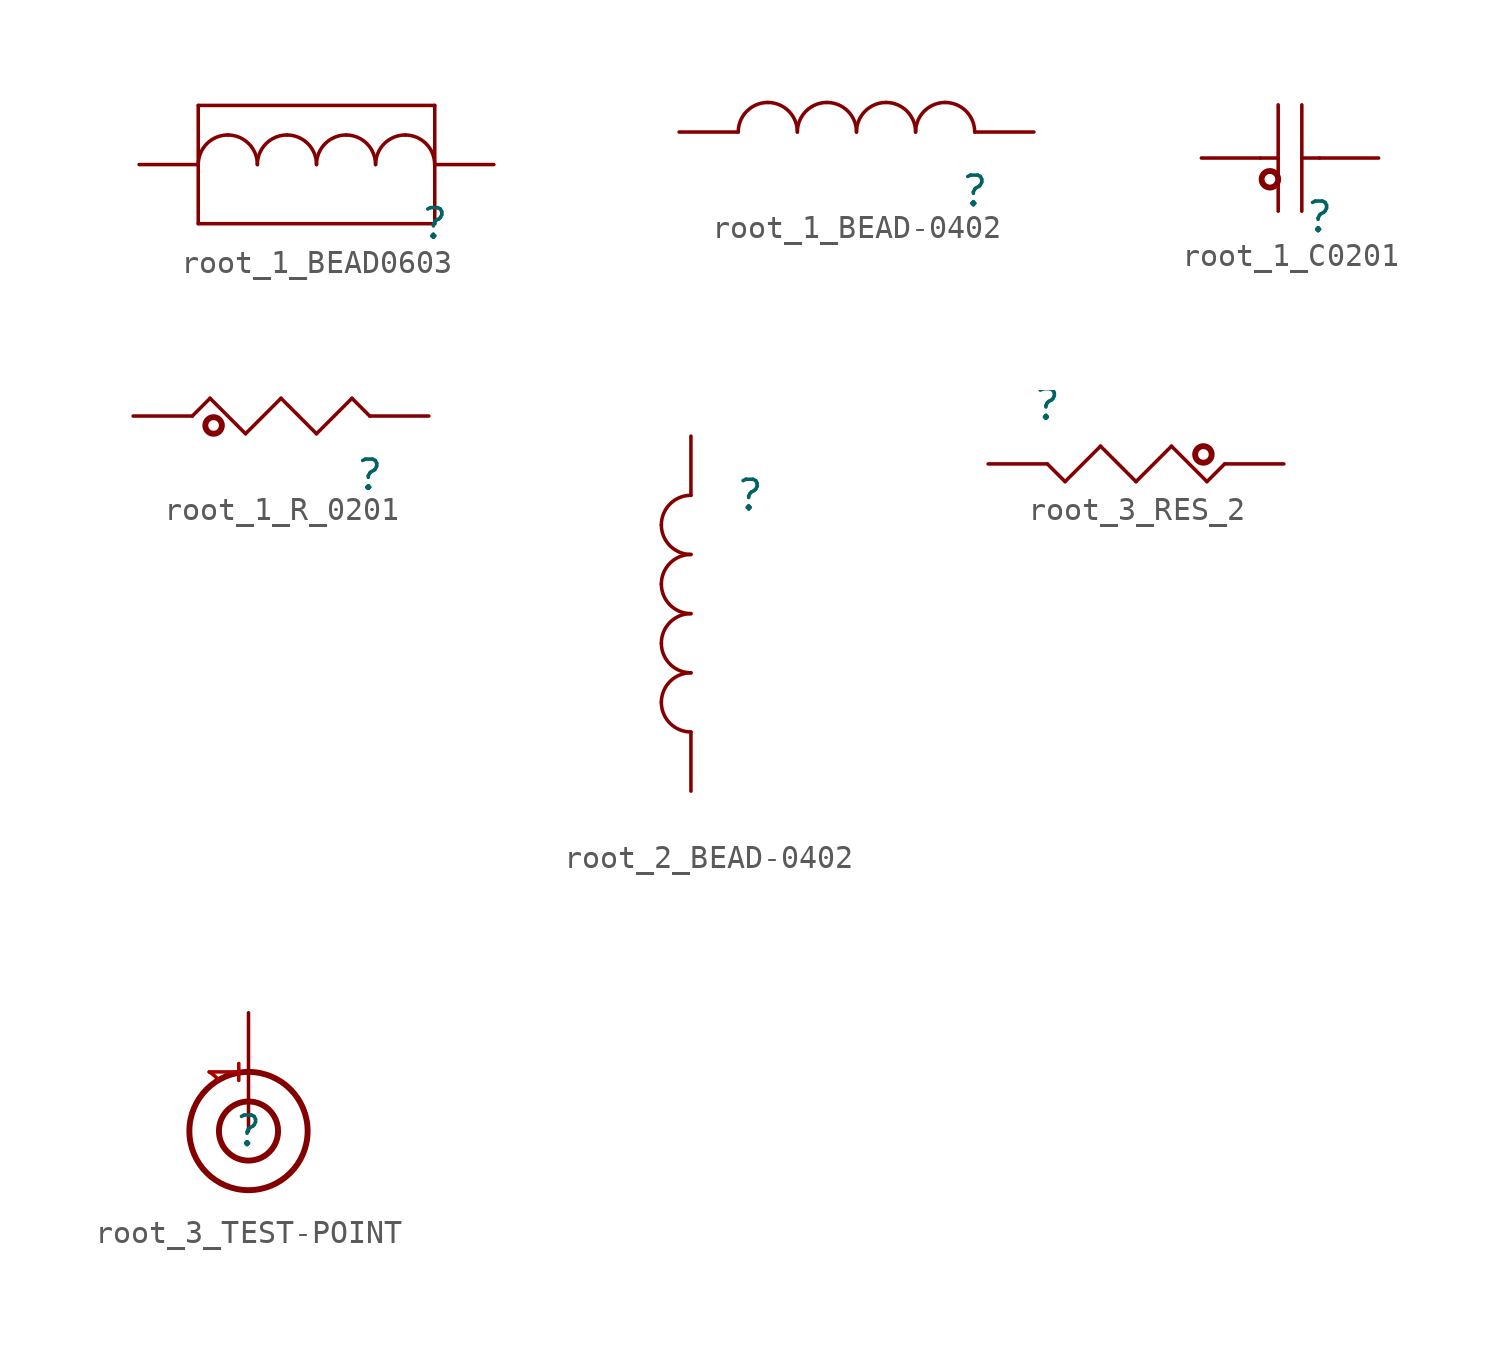
<source format=kicad_sym>
(kicad_symbol_lib
  (version 20220914)
  (generator kicad_symbol_editor)
  (symbol "root_1_BEAD0603"
    (property "Reference" ""
      (at 0 0 0)
      (effects (font (size 1.27 1.27))))
    (property "Value" ""
      (at 0 0 0)
      (effects (font (size 1.27 1.27))))
    (symbol "root_1_BEAD0603_1_0"
      (arc (start -8.89 3.81) (mid -9.788 3.438) (end -10.16 2.54) (stroke (width 0) (type solid)) (fill (type none)))
      (arc (start -7.62 2.54) (mid -7.992 3.438) (end -8.89 3.81) (stroke (width 0) (type solid)) (fill (type none)))
      (arc (start -6.35 3.81) (mid -7.248 3.438) (end -7.62 2.54) (stroke (width 0) (type solid)) (fill (type none)))
      (arc (start -5.08 2.54) (mid -5.452 3.438) (end -6.35 3.81) (stroke (width 0) (type solid)) (fill (type none)))
      (arc (start -3.81 3.81) (mid -4.708 3.438) (end -5.08 2.54) (stroke (width 0) (type solid)) (fill (type none)))
      (arc (start -2.54 2.54) (mid -2.912 3.438) (end -3.81 3.81) (stroke (width 0) (type solid)) (fill (type none)))
      (arc (start -1.27 3.81) (mid -2.168 3.438) (end -2.54 2.54) (stroke (width 0) (type solid)) (fill (type none)))
      (polyline (pts (xy -10.16 0) (xy -10.16 5.08)) (stroke (width 0) (type solid)) (fill (type none)))
      (polyline (pts (xy -10.16 5.08) (xy 0 5.08)) (stroke (width 0) (type solid)) (fill (type none)))
      (polyline (pts (xy 0 0) (xy -10.16 0)) (stroke (width 0) (type solid)) (fill (type none)))
      (polyline (pts (xy 0 5.08) (xy 0 0)) (stroke (width 0) (type solid)) (fill (type none)))
      (arc (start 0 2.54) (mid -0.372 3.438) (end -1.27 3.81) (stroke (width 0) (type solid)) (fill (type none)))
      (pin passive line (at -12.7 2.54 0) (length 2.54) (name "1" (effects (font (size 0 0)))) (number "1" (effects (font (size 0 0)))))
      (pin passive line (at 2.54 2.54 180) (length 2.54) (name "2" (effects (font (size 0 0)))) (number "2" (effects (font (size 0 0)))))))
  (symbol "root_1_BEAD-0402"
    (property "Reference" ""
      (at 0 0 0)
      (effects (font (size 1.27 1.27))))
    (property "Value" ""
      (at 0 0 0)
      (effects (font (size 1.27 1.27))))
    (symbol "root_1_BEAD-0402_1_0"
      (arc (start -8.89 3.81) (mid -9.788 3.438) (end -10.16 2.54) (stroke (width 0) (type solid)) (fill (type none)))
      (arc (start -7.62 2.54) (mid -7.992 3.438) (end -8.89 3.81) (stroke (width 0) (type solid)) (fill (type none)))
      (arc (start -6.35 3.81) (mid -7.248 3.438) (end -7.62 2.54) (stroke (width 0) (type solid)) (fill (type none)))
      (arc (start -5.08 2.54) (mid -5.452 3.438) (end -6.35 3.81) (stroke (width 0) (type solid)) (fill (type none)))
      (arc (start -3.81 3.81) (mid -4.708 3.438) (end -5.08 2.54) (stroke (width 0) (type solid)) (fill (type none)))
      (arc (start -2.54 2.54) (mid -2.912 3.438) (end -3.81 3.81) (stroke (width 0) (type solid)) (fill (type none)))
      (arc (start -1.27 3.81) (mid -2.168 3.438) (end -2.54 2.54) (stroke (width 0) (type solid)) (fill (type none)))
      (arc (start 0 2.54) (mid -0.372 3.438) (end -1.27 3.81) (stroke (width 0) (type solid)) (fill (type none)))
      (pin passive line (at -12.7 2.54 0) (length 2.54) (name "1" (effects (font (size 0 0)))) (number "1" (effects (font (size 0 0)))))
      (pin passive line (at 2.54 2.54 180) (length 2.54) (name "2" (effects (font (size 0 0)))) (number "2" (effects (font (size 0 0)))))))
  (symbol "root_1_C0201"
    (property "Reference" ""
      (at 0 0 0)
      (effects (font (size 1.27 1.27))))
    (property "Value" ""
      (at 0 0 0)
      (effects (font (size 1.27 1.27))))
    (symbol "root_1_C0201_1_0"
      (circle (center -2.134 1.626) (radius 0.356) (stroke (width 0.254) (type solid)) (fill (type none)))
      (polyline (pts (xy -2.54 2.54) (xy -1.778 2.54)) (stroke (width 0) (type solid)) (fill (type none)))
      (polyline (pts (xy -1.778 0.254) (xy -1.778 4.826)) (stroke (width 0) (type solid)) (fill (type none)))
      (polyline (pts (xy -0.762 0.254) (xy -0.762 4.826)) (stroke (width 0) (type solid)) (fill (type none)))
      (polyline (pts (xy 0 2.54) (xy -0.762 2.54)) (stroke (width 0) (type solid)) (fill (type none)))
      (pin passive line (at -5.08 2.54 0) (length 2.54) (name "1" (effects (font (size 0 0)))) (number "1" (effects (font (size 0 0)))))
      (pin passive line (at 2.54 2.54 180) (length 2.54) (name "2" (effects (font (size 0 0)))) (number "2" (effects (font (size 0 0)))))))
  (symbol "root_1_R_0201"
    (property "Reference" ""
      (at 0 0 0)
      (effects (font (size 1.27 1.27))))
    (property "Value" ""
      (at 0 0 0)
      (effects (font (size 1.27 1.27))))
    (symbol "root_1_R_0201_1_0"
      (circle (center -6.706 2.134) (radius 0.356) (stroke (width 0.254) (type solid)) (fill (type none)))
      (polyline (pts (xy -7.62 2.54) (xy -6.858 3.302)) (stroke (width 0) (type solid)) (fill (type none)))
      (polyline (pts (xy -6.858 3.302) (xy -5.334 1.778)) (stroke (width 0) (type solid)) (fill (type none)))
      (polyline (pts (xy -5.334 1.778) (xy -3.81 3.302)) (stroke (width 0) (type solid)) (fill (type none)))
      (polyline (pts (xy -3.81 3.302) (xy -2.286 1.778)) (stroke (width 0) (type solid)) (fill (type none)))
      (polyline (pts (xy -2.286 1.778) (xy -0.762 3.302)) (stroke (width 0) (type solid)) (fill (type none)))
      (polyline (pts (xy -0.762 3.302) (xy 0 2.54)) (stroke (width 0) (type solid)) (fill (type none)))
      (pin passive line (at -10.16 2.54 0) (length 2.54) (name "1" (effects (font (size 0 0)))) (number "1" (effects (font (size 0 0)))))
      (pin passive line (at 2.54 2.54 180) (length 2.54) (name "2" (effects (font (size 0 0)))) (number "2" (effects (font (size 0 0)))))))
  (symbol "root_2_BEAD-0402"
    (property "Reference" ""
      (at 0 0 0)
      (effects (font (size 1.27 1.27))))
    (property "Value" ""
      (at 0 0 0)
      (effects (font (size 1.27 1.27))))
    (symbol "root_2_BEAD-0402_1_0"
      (arc (start -3.81 -8.89) (mid -3.438 -9.788) (end -2.54 -10.16) (stroke (width 0) (type solid)) (fill (type none)))
      (arc (start -3.81 -6.35) (mid -3.438 -7.248) (end -2.54 -7.62) (stroke (width 0) (type solid)) (fill (type none)))
      (arc (start -3.81 -3.81) (mid -3.438 -4.708) (end -2.54 -5.08) (stroke (width 0) (type solid)) (fill (type none)))
      (arc (start -3.81 -1.27) (mid -3.438 -2.168) (end -2.54 -2.54) (stroke (width 0) (type solid)) (fill (type none)))
      (arc (start -2.54 -7.62) (mid -3.438 -7.992) (end -3.81 -8.89) (stroke (width 0) (type solid)) (fill (type none)))
      (arc (start -2.54 -5.08) (mid -3.438 -5.452) (end -3.81 -6.35) (stroke (width 0) (type solid)) (fill (type none)))
      (arc (start -2.54 -2.54) (mid -3.438 -2.912) (end -3.81 -3.81) (stroke (width 0) (type solid)) (fill (type none)))
      (arc (start -2.54 0) (mid -3.438 -0.372) (end -3.81 -1.27) (stroke (width 0) (type solid)) (fill (type none)))
      (pin passive line (at -2.54 -12.7 90) (length 2.54) (name "1" (effects (font (size 0 0)))) (number "1" (effects (font (size 0 0)))))
      (pin passive line (at -2.54 2.54 270) (length 2.54) (name "2" (effects (font (size 0 0)))) (number "2" (effects (font (size 0 0)))))))
  (symbol "root_3_RES_2"
    (property "Reference" ""
      (at 0 0 0)
      (effects (font (size 1.27 1.27))))
    (property "Value" ""
      (at 0 0 0)
      (effects (font (size 1.27 1.27))))
    (symbol "root_3_RES_2_1_0"
      (polyline (pts (xy 0.762 -3.302) (xy 0 -2.54)) (stroke (width 0) (type solid)) (fill (type none)))
      (polyline (pts (xy 2.286 -1.778) (xy 0.762 -3.302)) (stroke (width 0) (type solid)) (fill (type none)))
      (polyline (pts (xy 3.81 -3.302) (xy 2.286 -1.778)) (stroke (width 0) (type solid)) (fill (type none)))
      (polyline (pts (xy 5.334 -1.778) (xy 3.81 -3.302)) (stroke (width 0) (type solid)) (fill (type none)))
      (polyline (pts (xy 6.858 -3.302) (xy 5.334 -1.778)) (stroke (width 0) (type solid)) (fill (type none)))
      (polyline (pts (xy 7.62 -2.54) (xy 6.858 -3.302)) (stroke (width 0) (type solid)) (fill (type none)))
      (circle (center 6.706 -2.134) (radius 0.356) (stroke (width 0.254) (type solid)) (fill (type none)))
      (pin passive line (at 10.16 -2.54 180) (length 2.54) (name "1" (effects (font (size 0 0)))) (number "1" (effects (font (size 0 0)))))
      (pin passive line (at -2.54 -2.54 0) (length 2.54) (name "2" (effects (font (size 0 0)))) (number "2" (effects (font (size 0 0)))))))
  (symbol "root_3_TEST-POINT"
    (property "Reference" ""
      (at 0 0 0)
      (effects (font (size 1.27 1.27))))
    (property "Value" ""
      (at 0 0 0)
      (effects (font (size 1.27 1.27))))
    (symbol "root_3_TEST-POINT_1_0"
      (circle (center 0 0) (radius 1.27) (stroke (width 0.254) (type solid)) (fill (type none)))
      (circle (center 0 0) (radius 2.54) (stroke (width 0.254) (type solid)) (fill (type none)))
      (pin passive line (at 0 5.08 270) (length 5.08) (name "1" (effects (font (size 0 0)))) (number "1" (effects (font (size 1.27 1.27))))))))
</source>
